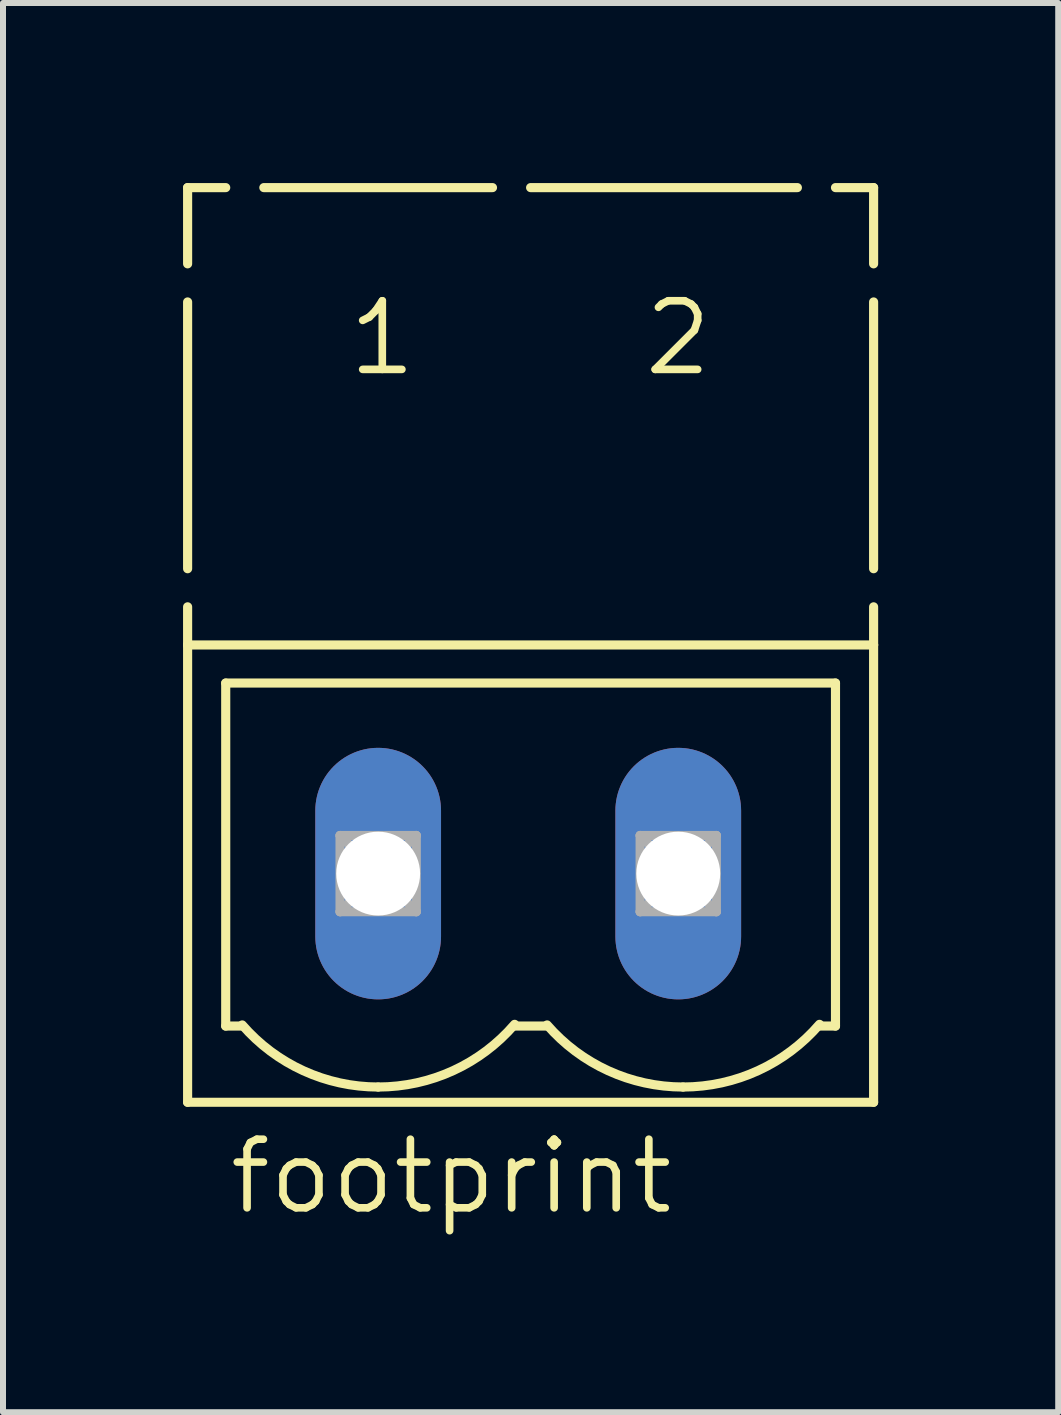
<source format=kicad_pcb>
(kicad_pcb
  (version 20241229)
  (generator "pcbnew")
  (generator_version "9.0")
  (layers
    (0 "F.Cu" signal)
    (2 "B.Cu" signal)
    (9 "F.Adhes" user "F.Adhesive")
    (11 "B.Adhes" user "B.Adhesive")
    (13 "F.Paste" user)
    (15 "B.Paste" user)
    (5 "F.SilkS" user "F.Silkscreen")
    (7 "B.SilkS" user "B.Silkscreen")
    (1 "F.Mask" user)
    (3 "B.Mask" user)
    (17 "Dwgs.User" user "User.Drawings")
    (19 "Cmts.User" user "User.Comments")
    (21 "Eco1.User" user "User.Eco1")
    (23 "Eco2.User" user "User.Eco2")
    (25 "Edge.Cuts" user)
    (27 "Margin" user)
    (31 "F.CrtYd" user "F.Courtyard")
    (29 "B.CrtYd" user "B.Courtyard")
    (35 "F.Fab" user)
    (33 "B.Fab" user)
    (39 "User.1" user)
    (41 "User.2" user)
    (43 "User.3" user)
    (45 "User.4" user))
  (footprint "footprint"
    (layer "F.Cu")
    (at 5.751 11.506)
    (property "Reference" "footprint" (at -5.04 5.715 0) (layer "F.SilkS") (effects (font (size 1.143 1.143) (thickness 0.127)) (justify left bottom)))
    (fp_line (start -5.675 -11.43) (end -5.675 -10.16) (stroke (width 0.152) (type solid)) (layer "F.SilkS"))
    (fp_line (start -5.675 -11.43) (end -5.04 -11.43) (stroke (width 0.152) (type solid)) (layer "F.SilkS"))
    (fp_line (start -5.675 -9.525) (end -5.675 -5.08) (stroke (width 0.152) (type solid)) (layer "F.SilkS"))
    (fp_line (start -5.675 -4.445) (end -5.675 -3.81) (stroke (width 0.152) (type solid)) (layer "F.SilkS"))
    (fp_line (start -5.675 -3.81) (end -5.675 3.81) (stroke (width 0.152) (type solid)) (layer "F.SilkS"))
    (fp_line (start -5.675 -3.81) (end 5.755 -3.81) (stroke (width 0.152) (type solid)) (layer "F.SilkS"))
    (fp_line (start -5.675 3.81) (end 5.755 3.81) (stroke (width 0.152) (type solid)) (layer "F.SilkS"))
    (fp_line (start -5.04 -3.175) (end 5.12 -3.175) (stroke (width 0.152) (type solid)) (layer "F.SilkS"))
    (fp_line (start -5.04 2.54) (end -5.04 -3.175) (stroke (width 0.152) (type solid)) (layer "F.SilkS"))
    (fp_line (start -5.04 2.54) (end -4.786 2.54) (stroke (width 0.152) (type solid)) (layer "F.SilkS"))
    (fp_line (start -4.405 -11.43) (end -0.595 -11.43) (stroke (width 0.152) (type solid)) (layer "F.SilkS"))
    (fp_line (start -0.214 2.54) (end 0.294 2.54) (stroke (width 0.152) (type solid)) (layer "F.SilkS"))
    (fp_line (start 0.04 -11.43) (end 4.485 -11.43) (stroke (width 0.152) (type solid)) (layer "F.SilkS"))
    (fp_line (start 4.866 2.54) (end 5.12 2.54) (stroke (width 0.152) (type solid)) (layer "F.SilkS"))
    (fp_line (start 5.12 -11.43) (end 5.755 -11.43) (stroke (width 0.152) (type solid)) (layer "F.SilkS"))
    (fp_line (start 5.12 -3.175) (end 5.12 2.54) (stroke (width 0.152) (type solid)) (layer "F.SilkS"))
    (fp_line (start 5.755 -11.43) (end 5.755 -10.16) (stroke (width 0.152) (type solid)) (layer "F.SilkS"))
    (fp_line (start 5.755 -9.525) (end 5.755 -5.08) (stroke (width 0.152) (type solid)) (layer "F.SilkS"))
    (fp_line (start 5.755 -4.445) (end 5.755 -3.81) (stroke (width 0.152) (type solid)) (layer "F.SilkS"))
    (fp_line (start 5.755 3.81) (end 5.755 -3.81) (stroke (width 0.152) (type solid)) (layer "F.SilkS"))
    (fp_arc (start -2.499999 3.5561) (mid -3.744985 3.285281) (end -4.765 2.5218) (stroke (width 0.1524) (type solid)) (layer "F.SilkS"))
    (fp_arc (start -0.2262 2.5116) (mid -1.248899 3.282431) (end -2.5 3.556) (stroke (width 0.1524) (type solid)) (layer "F.SilkS"))
    (fp_arc (start 2.58 3.555999) (mid 1.335023 3.285235) (end 0.315 2.5218) (stroke (width 0.1524) (type solid)) (layer "F.SilkS"))
    (fp_arc (start 4.8538 2.511599) (mid 3.831101 3.282431) (end 2.58 3.556) (stroke (width 0.1524) (type solid)) (layer "F.SilkS"))
    (fp_line (start -3.135 -0.635) (end -3.135 0.635) (stroke (width 0.152) (type solid)) (layer "F.Fab"))
    (fp_line (start -3.135 -0.635) (end -1.865 0.635) (stroke (width 0.152) (type solid)) (layer "F.Fab"))
    (fp_line (start -3.135 0.635) (end -1.865 -0.635) (stroke (width 0.152) (type solid)) (layer "F.Fab"))
    (fp_line (start -3.135 0.635) (end -1.865 0.635) (stroke (width 0.152) (type solid)) (layer "F.Fab"))
    (fp_line (start -1.865 -0.635) (end -3.135 -0.635) (stroke (width 0.152) (type solid)) (layer "F.Fab"))
    (fp_line (start -1.865 0.635) (end -1.865 -0.635) (stroke (width 0.152) (type solid)) (layer "F.Fab"))
    (fp_line (start 1.865 -0.635) (end 1.865 0.635) (stroke (width 0.152) (type solid)) (layer "F.Fab"))
    (fp_line (start 1.865 -0.635) (end 3.135 0.635) (stroke (width 0.152) (type solid)) (layer "F.Fab"))
    (fp_line (start 1.865 0.635) (end 3.135 -0.635) (stroke (width 0.152) (type solid)) (layer "F.Fab"))
    (fp_line (start 1.865 0.635) (end 3.135 0.635) (stroke (width 0.152) (type solid)) (layer "F.Fab"))
    (fp_line (start 3.135 -0.635) (end 1.865 -0.635) (stroke (width 0.152) (type solid)) (layer "F.Fab"))
    (fp_line (start 3.135 0.635) (end 3.135 -0.635) (stroke (width 0.152) (type solid)) (layer "F.Fab"))
    (fp_text user "2" (at 1.869 -8.255 0) (layer "F.SilkS") (effects (font (size 1.143 1.143) (thickness 0.127)) (justify left bottom)))
    (fp_text user "1" (at -3.059 -8.255 0) (layer "F.SilkS") (effects (font (size 1.143 1.143) (thickness 0.127)) (justify left bottom)))
    (pad "1" thru_hole oval (at -2.5 0 90) (size 4.191 2.095) (drill 1.397) (layers "*.Cu" "*.Mask"))
    (pad "2" thru_hole oval (at 2.5 0 90) (size 4.191 2.095) (drill 1.397) (layers "*.Cu" "*.Mask")))
  (gr_rect
    (start -3 -3)
    (end 14.582 20.48)
    (stroke (width 0.1) (type default))
    (fill no)
    (layer "Edge.Cuts")))
</source>
